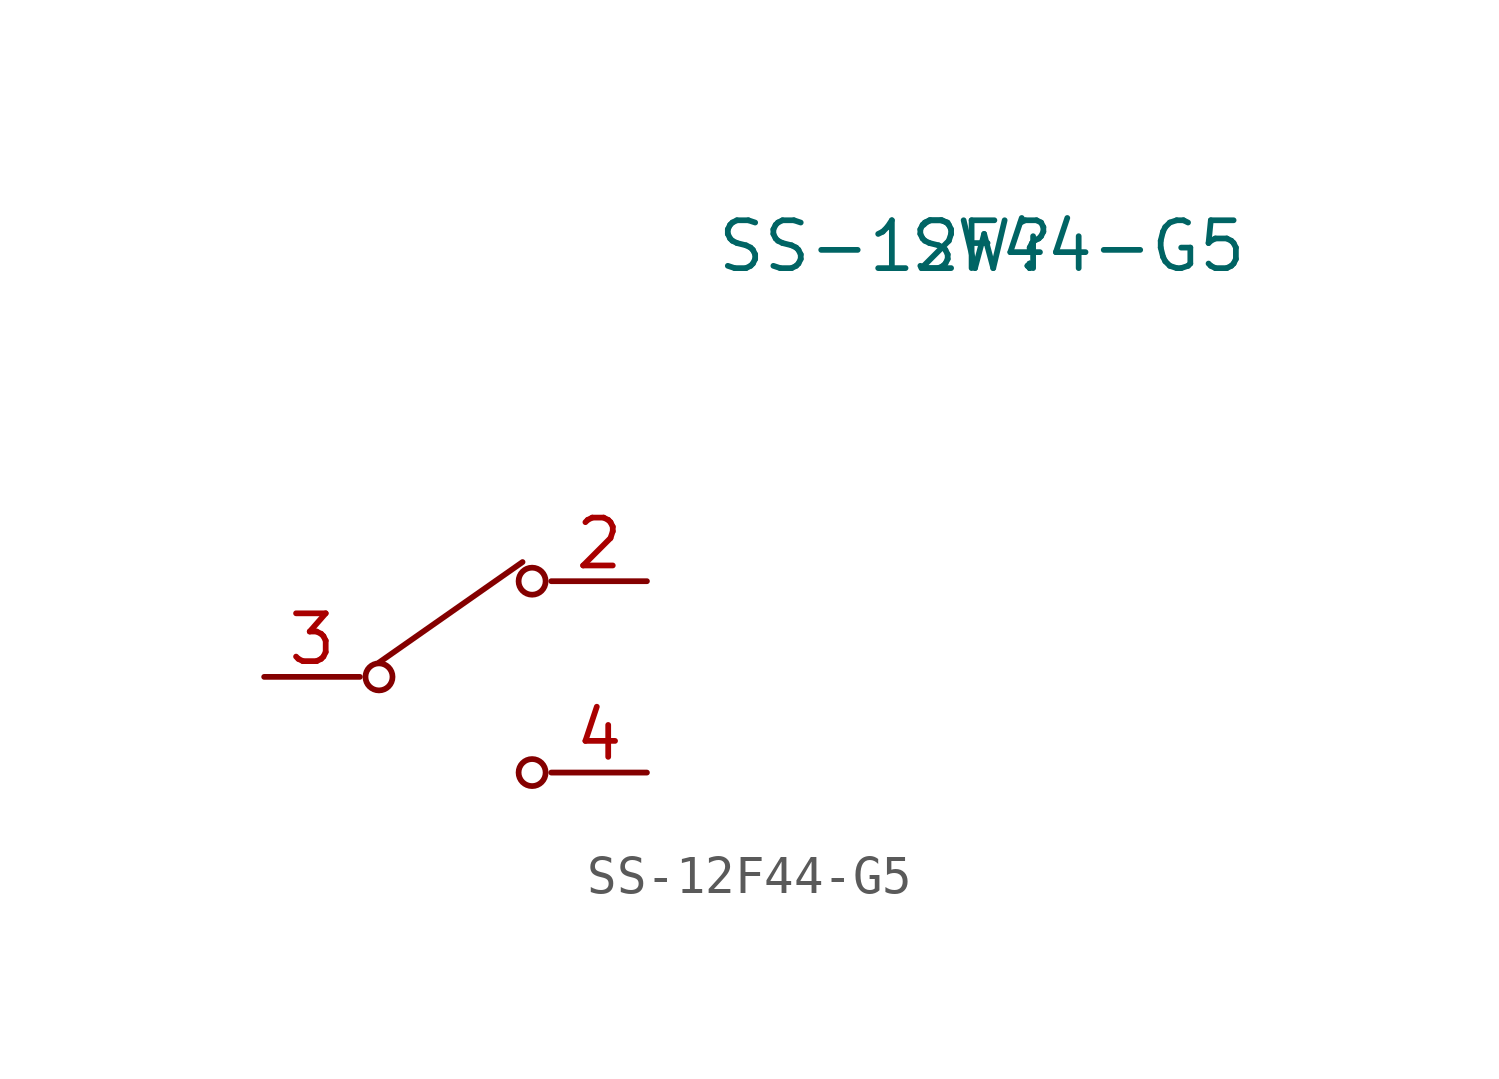
<source format=kicad_sym>
(kicad_symbol_lib
  (version 20211014)
  (generator kicad_symbol_editor)
  (symbol "SS-12F44-G5"
    (pin_names hide)
    (property "Reference" "SW"
      (at 13.97 8.89 0)
      (effects (font (size 1.27 1.27))))
    (property "Value" "SS-12F44-G5"
      (at 13.97 8.89 0)
      (effects (font (size 1.27 1.27))))
    (symbol "SS-12F44-G5_0_1"
      (circle (center -2.032 -2.54) (radius 0.359) (stroke (width 0) (type default) (color 0 0 0 0)) (fill (type none)))
      (polyline (pts (xy -2.032 -2.159) (xy 1.778 0.508)) (stroke (width 0) (type default) (color 0 0 0 0)) (fill (type none)))
      (circle (center 2.032 -5.08) (radius 0.359) (stroke (width 0) (type default) (color 0 0 0 0)) (fill (type none)))
      (circle (center 2.032 0) (radius 0.359) (stroke (width 0) (type default) (color 0 0 0 0)) (fill (type none))))
    (symbol "SS-12F44-G5_1_1"
      (pin passive line (at 5.08 0 180) (length 2.54) (name "A" (effects (font (size 1.27 1.27)))) (number "2" (effects (font (size 1.27 1.27)))))
      (pin passive line (at -5.08 -2.54 0) (length 2.54) (name "B" (effects (font (size 1.27 1.27)))) (number "3" (effects (font (size 1.27 1.27)))))
      (pin passive line (at 5.08 -5.08 180) (length 2.54) (name "C" (effects (font (size 1.27 1.27)))) (number "4" (effects (font (size 1.27 1.27))))))))
</source>
